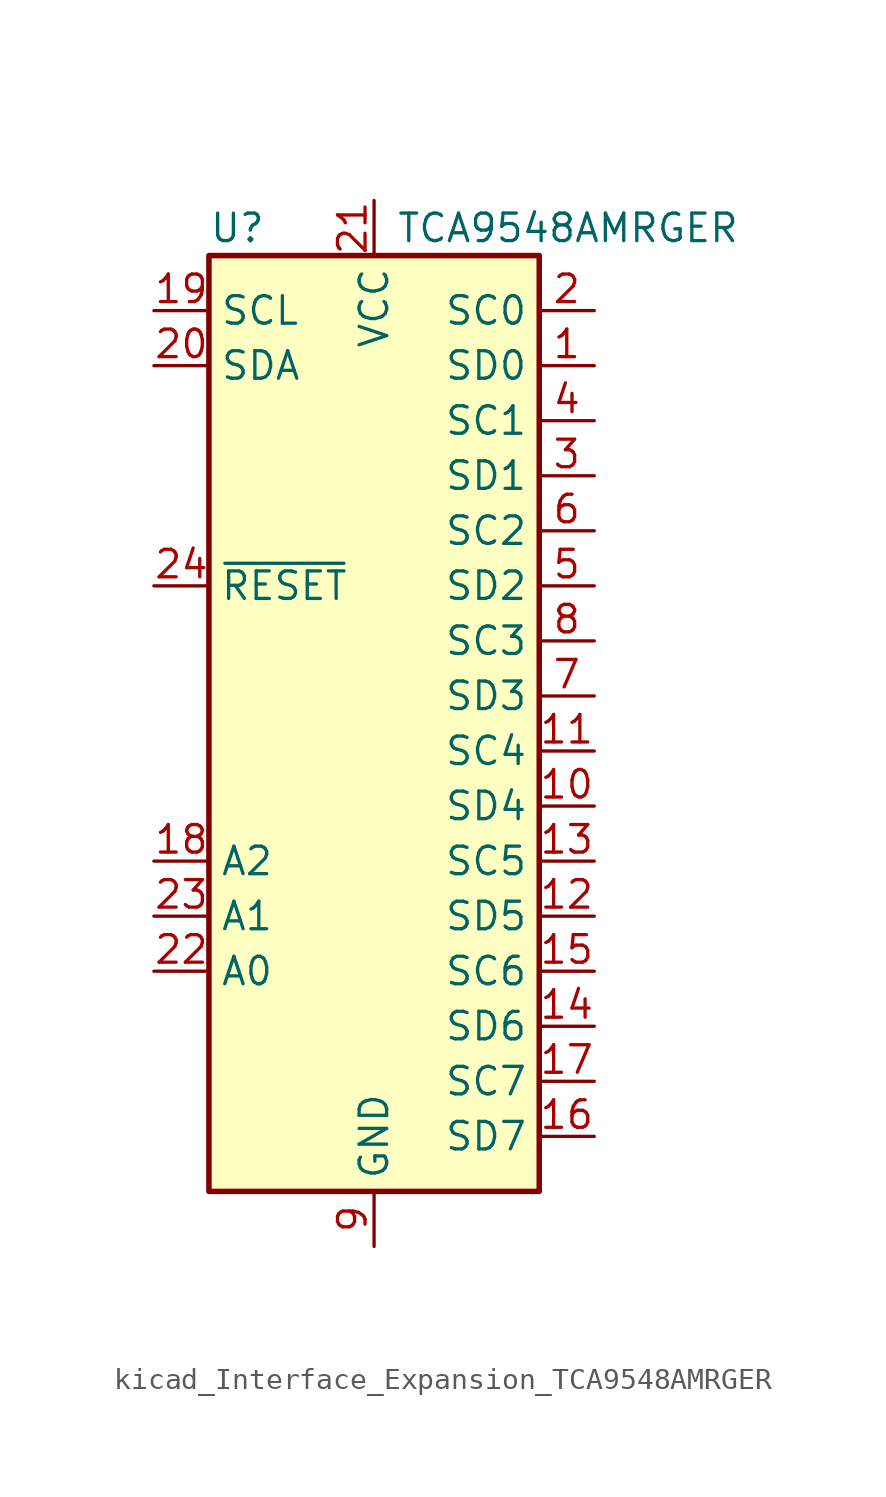
<source format=kicad_sym>
(kicad_symbol_lib
  (version 20220914)
  (generator kicad_symbol_editor)
  (symbol "kicad_Interface_Expansion_TCA9548AMRGER"
    (property "Reference" "U"
      (at -7.62 21.59 0)
      (effects (font (size 1.27 1.27)) (justify left)))
    (property "Value" "TCA9548AMRGER"
      (at 1.016 21.59 0)
      (effects (font (size 1.27 1.27)) (justify left)))
    (symbol "kicad_Interface_Expansion_TCA9548AMRGER_0_1"
      (rectangle (start -7.62 20.32) (end 7.62 -22.86) (stroke (width 0.254) (type default)) (fill (type background))))
    (symbol "kicad_Interface_Expansion_TCA9548AMRGER_1_1"
      (pin bidirectional line (at 10.16 15.24 180) (length 2.54) (name "SD0" (effects (font (size 1.27 1.27)))) (number "1" (effects (font (size 1.27 1.27)))))
      (pin bidirectional line (at 10.16 -5.08 180) (length 2.54) (name "SD4" (effects (font (size 1.27 1.27)))) (number "10" (effects (font (size 1.27 1.27)))))
      (pin output line (at 10.16 -2.54 180) (length 2.54) (name "SC4" (effects (font (size 1.27 1.27)))) (number "11" (effects (font (size 1.27 1.27)))))
      (pin bidirectional line (at 10.16 -10.16 180) (length 2.54) (name "SD5" (effects (font (size 1.27 1.27)))) (number "12" (effects (font (size 1.27 1.27)))))
      (pin output line (at 10.16 -7.62 180) (length 2.54) (name "SC5" (effects (font (size 1.27 1.27)))) (number "13" (effects (font (size 1.27 1.27)))))
      (pin bidirectional line (at 10.16 -15.24 180) (length 2.54) (name "SD6" (effects (font (size 1.27 1.27)))) (number "14" (effects (font (size 1.27 1.27)))))
      (pin output line (at 10.16 -12.7 180) (length 2.54) (name "SC6" (effects (font (size 1.27 1.27)))) (number "15" (effects (font (size 1.27 1.27)))))
      (pin bidirectional line (at 10.16 -20.32 180) (length 2.54) (name "SD7" (effects (font (size 1.27 1.27)))) (number "16" (effects (font (size 1.27 1.27)))))
      (pin output line (at 10.16 -17.78 180) (length 2.54) (name "SC7" (effects (font (size 1.27 1.27)))) (number "17" (effects (font (size 1.27 1.27)))))
      (pin input line (at -10.16 -7.62 0) (length 2.54) (name "A2" (effects (font (size 1.27 1.27)))) (number "18" (effects (font (size 1.27 1.27)))))
      (pin input line (at -10.16 17.78 0) (length 2.54) (name "SCL" (effects (font (size 1.27 1.27)))) (number "19" (effects (font (size 1.27 1.27)))))
      (pin output line (at 10.16 17.78 180) (length 2.54) (name "SC0" (effects (font (size 1.27 1.27)))) (number "2" (effects (font (size 1.27 1.27)))))
      (pin bidirectional line (at -10.16 15.24 0) (length 2.54) (name "SDA" (effects (font (size 1.27 1.27)))) (number "20" (effects (font (size 1.27 1.27)))))
      (pin power_in line (at 0 22.86 270) (length 2.54) (name "VCC" (effects (font (size 1.27 1.27)))) (number "21" (effects (font (size 1.27 1.27)))))
      (pin input line (at -10.16 -12.7 0) (length 2.54) (name "A0" (effects (font (size 1.27 1.27)))) (number "22" (effects (font (size 1.27 1.27)))))
      (pin input line (at -10.16 -10.16 0) (length 2.54) (name "A1" (effects (font (size 1.27 1.27)))) (number "23" (effects (font (size 1.27 1.27)))))
      (pin input line (at -10.16 5.08 0) (length 2.54) (name "~{RESET}" (effects (font (size 1.27 1.27)))) (number "24" (effects (font (size 1.27 1.27)))))
      (pin no_connect line (at -7.62 -15.24 0) (length 2.54) hide (name "1EP" (effects (font (size 1.27 1.27)))) (number "25" (effects (font (size 1.27 1.27)))))
      (pin bidirectional line (at 10.16 10.16 180) (length 2.54) (name "SD1" (effects (font (size 1.27 1.27)))) (number "3" (effects (font (size 1.27 1.27)))))
      (pin output line (at 10.16 12.7 180) (length 2.54) (name "SC1" (effects (font (size 1.27 1.27)))) (number "4" (effects (font (size 1.27 1.27)))))
      (pin bidirectional line (at 10.16 5.08 180) (length 2.54) (name "SD2" (effects (font (size 1.27 1.27)))) (number "5" (effects (font (size 1.27 1.27)))))
      (pin output line (at 10.16 7.62 180) (length 2.54) (name "SC2" (effects (font (size 1.27 1.27)))) (number "6" (effects (font (size 1.27 1.27)))))
      (pin bidirectional line (at 10.16 0 180) (length 2.54) (name "SD3" (effects (font (size 1.27 1.27)))) (number "7" (effects (font (size 1.27 1.27)))))
      (pin output line (at 10.16 2.54 180) (length 2.54) (name "SC3" (effects (font (size 1.27 1.27)))) (number "8" (effects (font (size 1.27 1.27)))))
      (pin power_in line (at 0 -25.4 90) (length 2.54) (name "GND" (effects (font (size 1.27 1.27)))) (number "9" (effects (font (size 1.27 1.27))))))))
</source>
